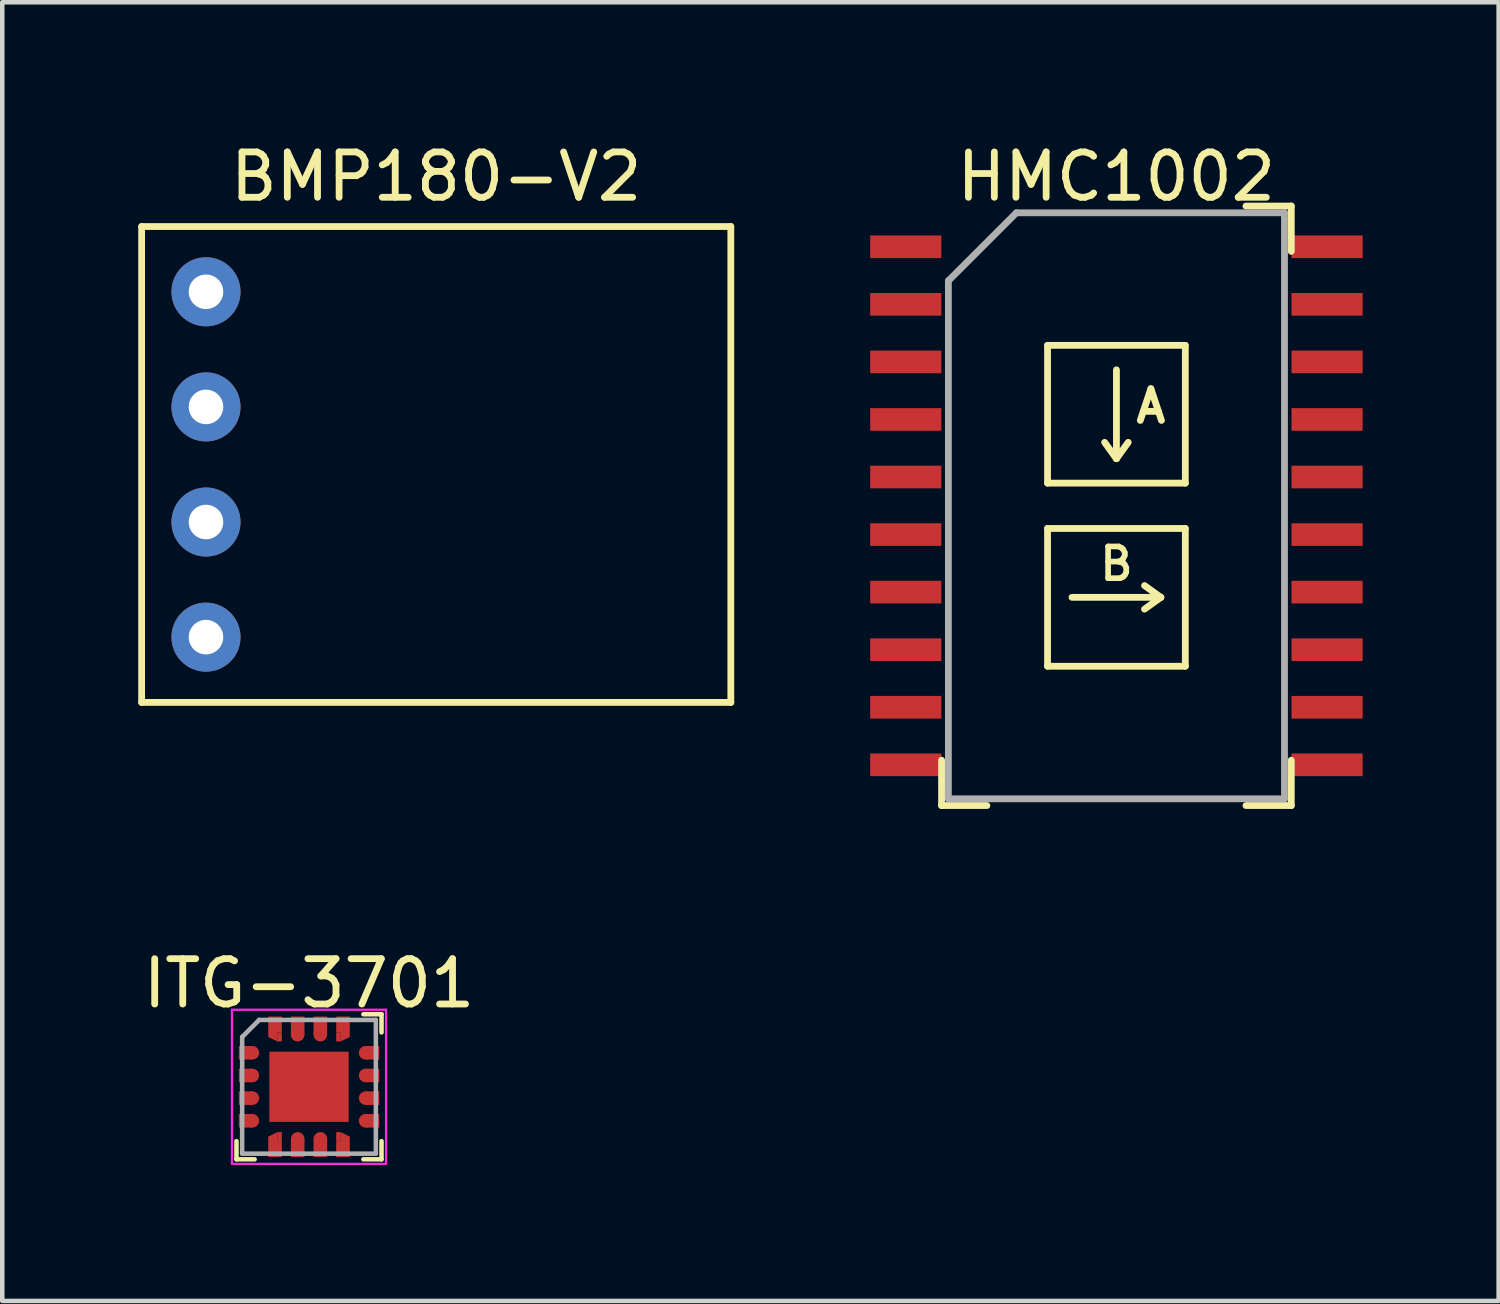
<source format=kicad_pcb>
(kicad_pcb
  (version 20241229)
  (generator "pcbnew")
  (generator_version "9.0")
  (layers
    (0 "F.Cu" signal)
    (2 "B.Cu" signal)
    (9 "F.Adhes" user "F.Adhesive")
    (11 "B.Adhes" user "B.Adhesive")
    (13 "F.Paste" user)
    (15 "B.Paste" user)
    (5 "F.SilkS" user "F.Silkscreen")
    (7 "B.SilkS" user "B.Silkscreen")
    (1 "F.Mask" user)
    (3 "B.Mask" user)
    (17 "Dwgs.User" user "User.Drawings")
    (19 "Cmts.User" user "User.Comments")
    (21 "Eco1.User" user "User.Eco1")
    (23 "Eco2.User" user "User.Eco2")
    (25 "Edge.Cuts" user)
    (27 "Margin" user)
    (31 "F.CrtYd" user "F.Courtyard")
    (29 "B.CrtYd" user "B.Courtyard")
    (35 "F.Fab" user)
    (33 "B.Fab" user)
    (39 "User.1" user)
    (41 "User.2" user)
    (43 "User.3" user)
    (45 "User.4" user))
  (footprint "ITG-3701"
    (layer "F.Cu")
    (at 3.768 20.929)
    (property "Reference" "ITG-3701" (at 0 -2.281 0) (layer "F.SilkS") (effects (font (size 1 1) (thickness 0.15))))
    (attr through_hole)
    (fp_line (start -1.6 1.6) (end -1.6 1.2) (stroke (width 0.1) (type solid)) (layer "F.SilkS"))
    (fp_line (start -1.2 1.6) (end -1.6 1.6) (stroke (width 0.1) (type solid)) (layer "F.SilkS"))
    (fp_line (start 1.2 1.6) (end 1.6 1.6) (stroke (width 0.1) (type solid)) (layer "F.SilkS"))
    (fp_line (start 1.6 -1.6) (end 1.2 -1.6) (stroke (width 0.1) (type solid)) (layer "F.SilkS"))
    (fp_line (start 1.6 -1.6) (end 1.6 -1.2) (stroke (width 0.1) (type solid)) (layer "F.SilkS"))
    (fp_line (start 1.6 1.2) (end 1.6 1.6) (stroke (width 0.1) (type solid)) (layer "F.SilkS"))
    (fp_line (start -1.7 -1.7) (end 1.7 -1.7) (stroke (width 0.05) (type solid)) (layer "F.CrtYd"))
    (fp_line (start -1.7 1.7) (end -1.7 -1.7) (stroke (width 0.05) (type solid)) (layer "F.CrtYd"))
    (fp_line (start 1.7 -1.7) (end 1.7 1.7) (stroke (width 0.05) (type solid)) (layer "F.CrtYd"))
    (fp_line (start 1.7 1.7) (end -1.7 1.7) (stroke (width 0.05) (type solid)) (layer "F.CrtYd"))
    (fp_line (start -1.475 1.475) (end -1.475 -1.1) (stroke (width 0.1) (type solid)) (layer "F.Fab"))
    (fp_line (start -1.475 1.475) (end 1.475 1.475) (stroke (width 0.1) (type solid)) (layer "F.Fab"))
    (fp_line (start -1.1 -1.475) (end -1.475 -1.1) (stroke (width 0.1) (type solid)) (layer "F.Fab"))
    (fp_line (start -1.1 -1.475) (end 1.475 -1.475) (stroke (width 0.1) (type solid)) (layer "F.Fab"))
    (fp_line (start 1.475 -1.475) (end 1.475 1.475) (stroke (width 0.1) (type solid)) (layer "F.Fab"))
    (pad "" smd rect (at 0 0) (size 1.75 1.55) (layers "F.Cu" "F.Mask" "F.Paste"))
    (pad "1" smd rect (at -1.4 -0.75) (size 0.3 0.3) (layers "F.Cu" "F.Mask" "F.Paste"))
    (pad "1" smd circle (at -1.25 -0.75) (size 0.3 0.3) (layers "F.Cu" "F.Mask" "F.Paste"))
    (pad "2" smd rect (at -1.4 -0.25) (size 0.3 0.3) (layers "F.Cu" "F.Mask" "F.Paste"))
    (pad "2" smd circle (at -1.25 -0.25) (size 0.3 0.3) (layers "F.Cu" "F.Mask" "F.Paste"))
    (pad "3" smd rect (at -1.4 0.25) (size 0.3 0.3) (layers "F.Cu" "F.Mask" "F.Paste"))
    (pad "3" smd circle (at -1.25 0.25) (size 0.3 0.3) (layers "F.Cu" "F.Mask" "F.Paste"))
    (pad "4" smd rect (at -1.4 0.75) (size 0.3 0.3) (layers "F.Cu" "F.Mask" "F.Paste"))
    (pad "4" smd circle (at -1.25 0.75) (size 0.3 0.3) (layers "F.Cu" "F.Mask" "F.Paste"))
    (pad "5" smd trapezoid (at -0.8 1.15 90) (size 0.2 0.2) (rect_delta 0 0.1) (layers "F.Cu" "F.Mask" "F.Paste"))
    (pad "5" smd rect (at -0.75 1.375) (size 0.3 0.35) (layers "F.Cu" "F.Mask" "F.Paste"))
    (pad "5" smd rect (at -0.65 1.1) (size 0.1 0.2) (layers "F.Cu" "F.Mask" "F.Paste"))
    (pad "6" smd circle (at -0.25 1.15) (size 0.3 0.3) (layers "F.Cu" "F.Mask" "F.Paste"))
    (pad "6" smd rect (at -0.25 1.35) (size 0.3 0.4) (layers "F.Cu" "F.Mask" "F.Paste"))
    (pad "7" smd circle (at 0.25 1.15) (size 0.3 0.3) (layers "F.Cu" "F.Mask" "F.Paste"))
    (pad "7" smd rect (at 0.25 1.35) (size 0.3 0.4) (layers "F.Cu" "F.Mask" "F.Paste"))
    (pad "8" smd rect (at 0.65 1.1) (size 0.1 0.2) (layers "F.Cu" "F.Mask" "F.Paste"))
    (pad "8" smd rect (at 0.75 1.375) (size 0.3 0.35) (layers "F.Cu" "F.Mask" "F.Paste"))
    (pad "8" smd trapezoid (at 0.8 1.15 270) (size 0.2 0.2) (rect_delta 0 0.1) (layers "F.Cu" "F.Mask" "F.Paste"))
    (pad "9" smd circle (at 1.25 0.75) (size 0.3 0.3) (layers "F.Cu" "F.Mask" "F.Paste"))
    (pad "9" smd rect (at 1.4 0.75) (size 0.3 0.3) (layers "F.Cu" "F.Mask" "F.Paste"))
    (pad "10" smd circle (at 1.25 0.25) (size 0.3 0.3) (layers "F.Cu" "F.Mask" "F.Paste"))
    (pad "10" smd rect (at 1.4 0.25) (size 0.3 0.3) (layers "F.Cu" "F.Mask" "F.Paste"))
    (pad "11" smd circle (at 1.25 -0.25) (size 0.3 0.3) (layers "F.Cu" "F.Mask" "F.Paste"))
    (pad "11" smd rect (at 1.4 -0.25) (size 0.3 0.3) (layers "F.Cu" "F.Mask" "F.Paste"))
    (pad "12" smd circle (at 1.25 -0.75) (size 0.3 0.3) (layers "F.Cu" "F.Mask" "F.Paste"))
    (pad "12" smd rect (at 1.4 -0.75) (size 0.3 0.3) (layers "F.Cu" "F.Mask" "F.Paste"))
    (pad "13" smd rect (at 0.65 -1.1) (size 0.1 0.2) (layers "F.Cu" "F.Mask" "F.Paste"))
    (pad "13" smd rect (at 0.75 -1.375) (size 0.3 0.35) (layers "F.Cu" "F.Mask" "F.Paste"))
    (pad "13" smd trapezoid (at 0.8 -1.15 270) (size 0.2 0.2) (rect_delta 0 0.1) (layers "F.Cu" "F.Mask" "F.Paste"))
    (pad "14" smd rect (at 0.25 -1.35) (size 0.3 0.4) (layers "F.Cu" "F.Mask" "F.Paste"))
    (pad "14" smd circle (at 0.25 -1.15) (size 0.3 0.3) (layers "F.Cu" "F.Mask" "F.Paste"))
    (pad "15" smd rect (at -0.25 -1.35) (size 0.3 0.4) (layers "F.Cu" "F.Mask" "F.Paste"))
    (pad "15" smd circle (at -0.25 -1.15) (size 0.3 0.3) (layers "F.Cu" "F.Mask" "F.Paste"))
    (pad "16" smd trapezoid (at -0.8 -1.15 90) (size 0.2 0.2) (rect_delta 0 0.1) (layers "F.Cu" "F.Mask" "F.Paste"))
    (pad "16" smd rect (at -0.75 -1.375) (size 0.3 0.35) (layers "F.Cu" "F.Mask" "F.Paste"))
    (pad "16" smd rect (at -0.65 -1.1) (size 0.1 0.2) (layers "F.Cu" "F.Mask" "F.Paste")))
  (footprint "BMP180-V2"
    (layer "F.Cu")
    (at 6.575 7.198)
    (property "Reference" "BMP180-V2" (at 0 -6.35 0) (layer "F.SilkS") (effects (font (size 1 1) (thickness 0.15))))
    (attr through_hole)
    (fp_line (start -6.5 -5.25) (end -6.5 5.25) (stroke (width 0.15) (type solid)) (layer "F.SilkS"))
    (fp_line (start -6.5 5.25) (end 6.5 5.25) (stroke (width 0.15) (type solid)) (layer "F.SilkS"))
    (fp_line (start 6.5 -5.25) (end -6.5 -5.25) (stroke (width 0.15) (type solid)) (layer "F.SilkS"))
    (fp_line (start 6.5 5.25) (end 6.5 -5.25) (stroke (width 0.15) (type solid)) (layer "F.SilkS"))
    (pad "1" thru_hole circle (at -5.08 -3.81) (size 1.524 1.524) (drill 0.762) (layers "*.Cu" "*.Mask"))
    (pad "2" thru_hole circle (at -5.08 -1.27) (size 1.524 1.524) (drill 0.762) (layers "*.Cu" "*.Mask"))
    (pad "3" thru_hole circle (at -5.08 1.27) (size 1.524 1.524) (drill 0.762) (layers "*.Cu" "*.Mask"))
    (pad "4" thru_hole circle (at -5.08 3.81) (size 1.524 1.524) (drill 0.762) (layers "*.Cu" "*.Mask")))
  (footprint "HMC1002"
    (layer "F.Cu")
    (at 21.583 8.11)
    (property "Reference" "HMC1002" (at -0.003 -7.262 0) (layer "F.SilkS") (effects (font (size 1 1) (thickness 0.15))))
    (attr through_hole)
    (fp_line (start -3.858 6.614) (end -3.858 5.614) (stroke (width 0.15) (type solid)) (layer "F.SilkS"))
    (fp_line (start -2.858 6.614) (end -3.858 6.614) (stroke (width 0.15) (type solid)) (layer "F.SilkS"))
    (fp_line (start -1.52 -3.54) (end 1.52 -3.54) (stroke (width 0.15) (type solid)) (layer "F.SilkS"))
    (fp_line (start -1.52 -0.5) (end -1.52 -3.54) (stroke (width 0.15) (type solid)) (layer "F.SilkS"))
    (fp_line (start -1.52 -0.5) (end 1.52 -0.5) (stroke (width 0.15) (type solid)) (layer "F.SilkS"))
    (fp_line (start -1.52 0.5) (end -1.52 3.54) (stroke (width 0.15) (type solid)) (layer "F.SilkS"))
    (fp_line (start -1.52 0.5) (end 1.52 0.5) (stroke (width 0.15) (type solid)) (layer "F.SilkS"))
    (fp_line (start -1.52 3.54) (end 1.52 3.54) (stroke (width 0.15) (type solid)) (layer "F.SilkS"))
    (fp_line (start -0.98 2.02) (end 0.98 2.02) (stroke (width 0.15) (type solid)) (layer "F.SilkS"))
    (fp_line (start 0 -3) (end 0 -1.04) (stroke (width 0.15) (type solid)) (layer "F.SilkS"))
    (fp_line (start 0 -1.04) (end -0.26 -1.4) (stroke (width 0.15) (type solid)) (layer "F.SilkS"))
    (fp_line (start 0 -1.04) (end 0.26 -1.4) (stroke (width 0.15) (type solid)) (layer "F.SilkS"))
    (fp_line (start 0.98 2.02) (end 0.62 1.76) (stroke (width 0.15) (type solid)) (layer "F.SilkS"))
    (fp_line (start 0.98 2.02) (end 0.62 2.28) (stroke (width 0.15) (type solid)) (layer "F.SilkS"))
    (fp_line (start 1.52 -0.5) (end 1.52 -3.54) (stroke (width 0.15) (type solid)) (layer "F.SilkS"))
    (fp_line (start 1.52 0.5) (end 1.52 3.54) (stroke (width 0.15) (type solid)) (layer "F.SilkS"))
    (fp_line (start 2.858 -6.614) (end 3.858 -6.614) (stroke (width 0.15) (type solid)) (layer "F.SilkS"))
    (fp_line (start 2.858 6.614) (end 3.858 6.614) (stroke (width 0.15) (type solid)) (layer "F.SilkS"))
    (fp_line (start 3.858 -6.614) (end 3.858 -5.614) (stroke (width 0.15) (type solid)) (layer "F.SilkS"))
    (fp_line (start 3.858 6.614) (end 3.858 5.614) (stroke (width 0.15) (type solid)) (layer "F.SilkS"))
    (fp_line (start -3.708 -4.965) (end -3.708 6.465) (stroke (width 0.15) (type solid)) (layer "F.Fab"))
    (fp_line (start -3.708 -4.965) (end -2.208 -6.465) (stroke (width 0.15) (type solid)) (layer "F.Fab"))
    (fp_line (start -3.708 6.465) (end 3.708 6.465) (stroke (width 0.15) (type solid)) (layer "F.Fab"))
    (fp_line (start -2.208 -6.465) (end 3.708 -6.465) (stroke (width 0.15) (type solid)) (layer "F.Fab"))
    (fp_line (start 3.708 -6.465) (end 3.708 6.465) (stroke (width 0.15) (type solid)) (layer "F.Fab"))
    (fp_text user "A" (at 0.76 -2.2 0) (layer "F.SilkS") (effects (font (size 0.7 0.7) (thickness 0.15))))
    (fp_text user "B" (at 0 1.28 0) (layer "F.SilkS") (effects (font (size 0.7 0.7) (thickness 0.125))))
    (pad "1" smd rect (at -4.648 -5.715) (size 1.57 0.5) (layers "F.Cu" "F.Mask" "F.Paste"))
    (pad "2" smd rect (at -4.648 -4.445) (size 1.57 0.5) (layers "F.Cu" "F.Mask" "F.Paste"))
    (pad "3" smd rect (at -4.648 -3.175) (size 1.57 0.5) (layers "F.Cu" "F.Mask" "F.Paste"))
    (pad "4" smd rect (at -4.648 -1.905) (size 1.57 0.5) (layers "F.Cu" "F.Mask" "F.Paste"))
    (pad "5" smd rect (at -4.648 -0.635) (size 1.57 0.5) (layers "F.Cu" "F.Mask" "F.Paste"))
    (pad "6" smd rect (at -4.648 0.635) (size 1.57 0.5) (layers "F.Cu" "F.Mask" "F.Paste"))
    (pad "7" smd rect (at -4.648 1.905) (size 1.57 0.5) (layers "F.Cu" "F.Mask" "F.Paste"))
    (pad "8" smd rect (at -4.648 3.175) (size 1.57 0.5) (layers "F.Cu" "F.Mask" "F.Paste"))
    (pad "9" smd rect (at -4.648 4.445) (size 1.57 0.5) (layers "F.Cu" "F.Mask" "F.Paste"))
    (pad "10" smd rect (at -4.648 5.715) (size 1.57 0.5) (layers "F.Cu" "F.Mask" "F.Paste"))
    (pad "11" smd rect (at 4.648 5.715) (size 1.57 0.5) (layers "F.Cu" "F.Mask" "F.Paste"))
    (pad "12" smd rect (at 4.648 4.445) (size 1.57 0.5) (layers "F.Cu" "F.Mask" "F.Paste"))
    (pad "13" smd rect (at 4.648 3.175) (size 1.57 0.5) (layers "F.Cu" "F.Mask" "F.Paste"))
    (pad "14" smd rect (at 4.648 1.905) (size 1.57 0.5) (layers "F.Cu" "F.Mask" "F.Paste"))
    (pad "15" smd rect (at 4.648 0.635) (size 1.57 0.5) (layers "F.Cu" "F.Mask" "F.Paste"))
    (pad "16" smd rect (at 4.648 -0.635) (size 1.57 0.5) (layers "F.Cu" "F.Mask" "F.Paste"))
    (pad "17" smd rect (at 4.648 -1.905) (size 1.57 0.5) (layers "F.Cu" "F.Mask" "F.Paste"))
    (pad "18" smd rect (at 4.648 -3.175) (size 1.57 0.5) (layers "F.Cu" "F.Mask" "F.Paste"))
    (pad "19" smd rect (at 4.648 -4.445) (size 1.57 0.5) (layers "F.Cu" "F.Mask" "F.Paste"))
    (pad "20" smd rect (at 4.648 -5.715) (size 1.57 0.5) (layers "F.Cu" "F.Mask" "F.Paste")))
  (gr_rect
    (start -3 -3)
    (end 30.016 25.654)
    (stroke (width 0.1) (type default))
    (fill no)
    (layer "Edge.Cuts")))
</source>
